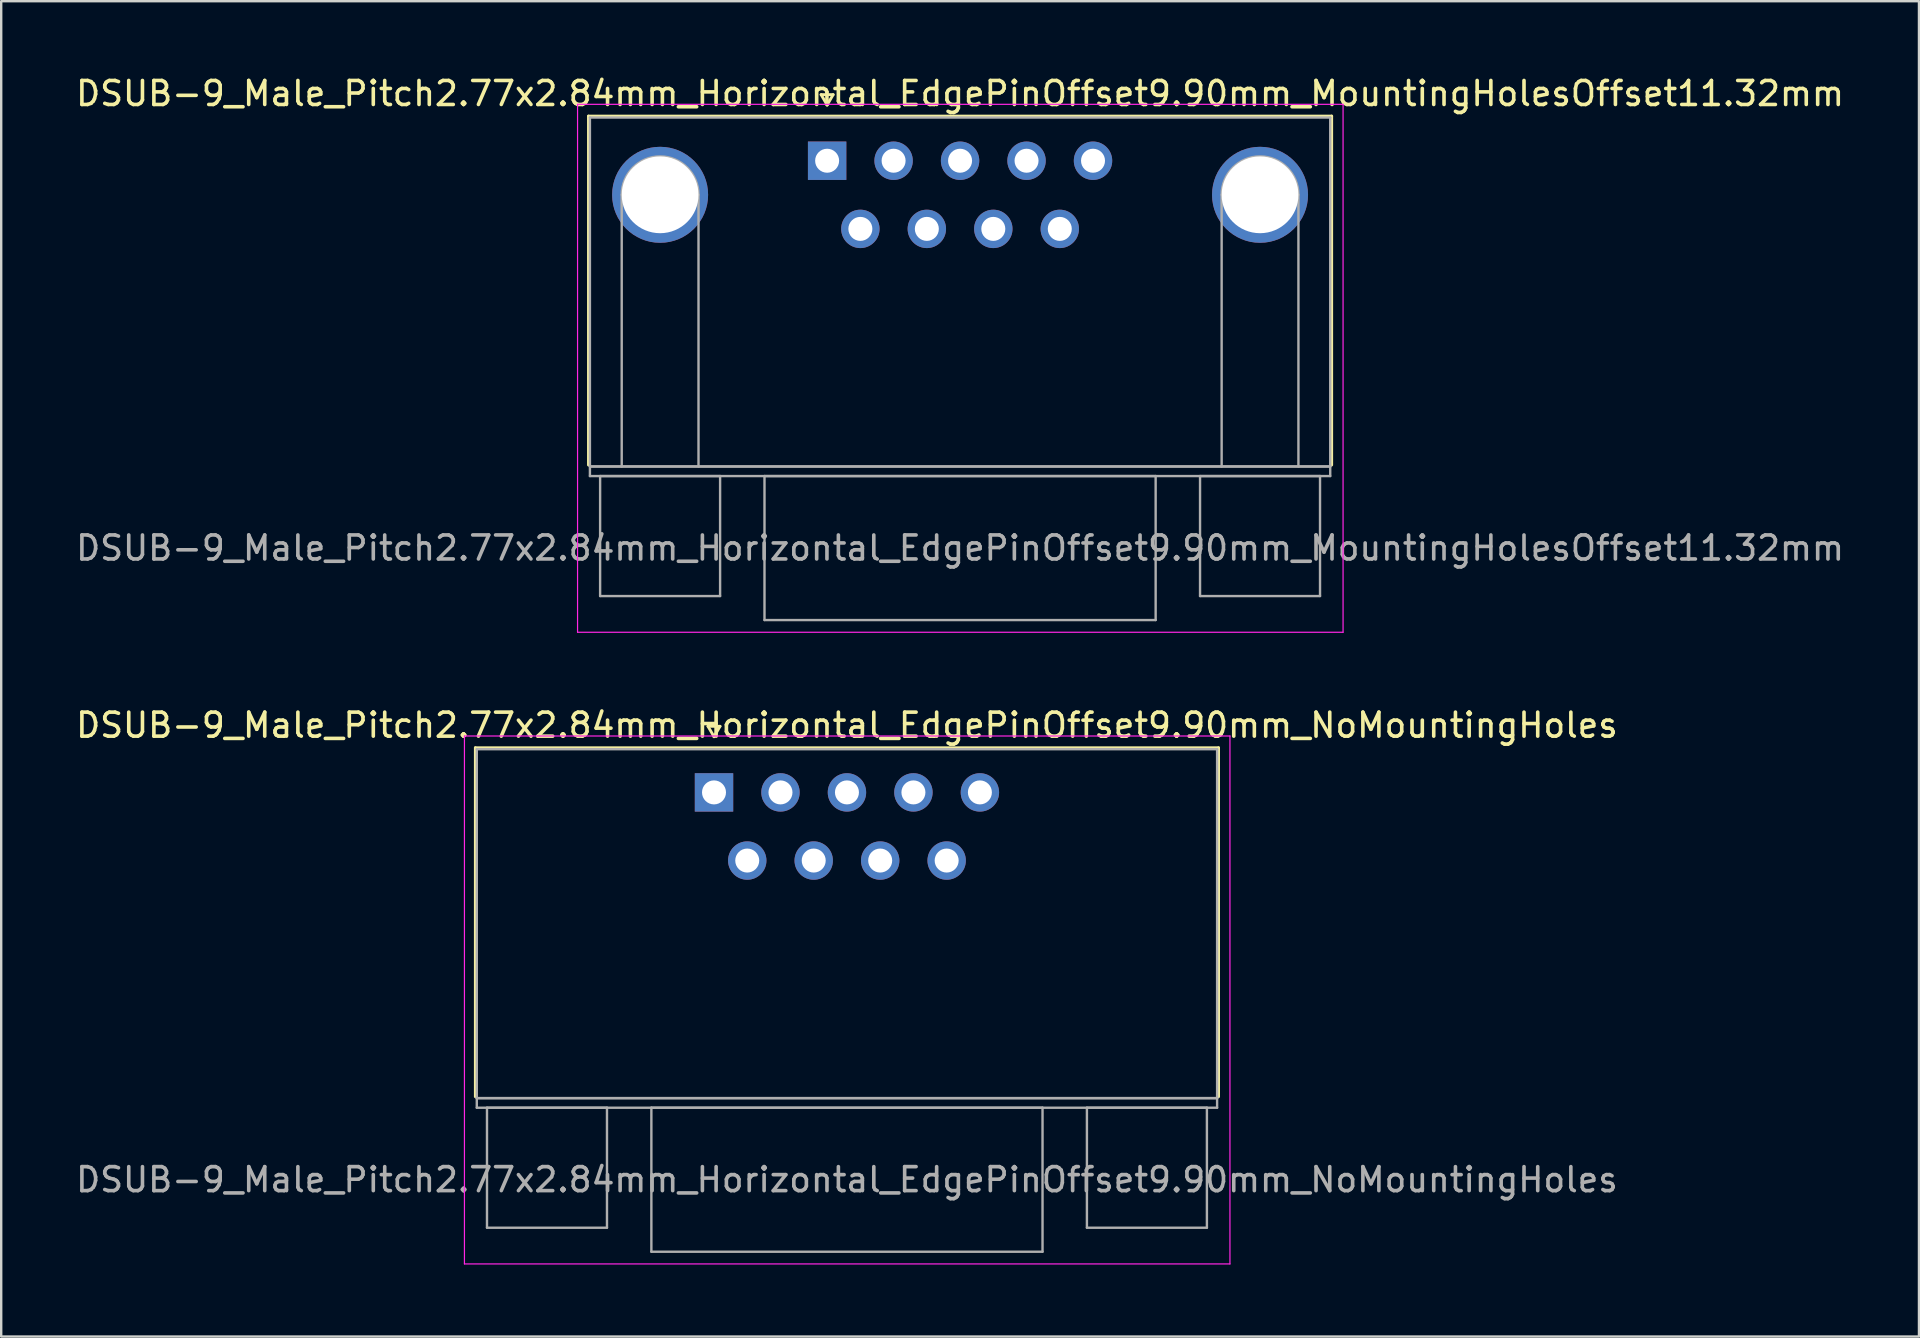
<source format=kicad_pcb>
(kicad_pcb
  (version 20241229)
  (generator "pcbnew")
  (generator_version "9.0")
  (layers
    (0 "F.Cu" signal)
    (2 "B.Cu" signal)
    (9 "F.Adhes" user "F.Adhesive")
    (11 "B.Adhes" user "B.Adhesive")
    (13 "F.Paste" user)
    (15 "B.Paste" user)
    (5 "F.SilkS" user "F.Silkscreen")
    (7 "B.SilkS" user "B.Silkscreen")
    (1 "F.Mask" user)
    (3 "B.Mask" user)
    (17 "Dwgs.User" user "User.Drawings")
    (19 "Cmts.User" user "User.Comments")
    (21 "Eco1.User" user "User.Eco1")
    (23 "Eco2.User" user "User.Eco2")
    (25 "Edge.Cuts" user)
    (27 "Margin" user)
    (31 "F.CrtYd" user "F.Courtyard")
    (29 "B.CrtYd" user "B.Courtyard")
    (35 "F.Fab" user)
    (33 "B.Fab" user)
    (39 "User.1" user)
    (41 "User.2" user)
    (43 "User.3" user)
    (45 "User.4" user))
  (footprint "DSUB-9_Male_Pitch2.77x2.84mm_Horizontal_EdgePinOffset9.90mm_NoMountingHoles"
    (layer "F.Cu")
    (at 26.704 29.971)
    (property "Reference" "DSUB-9_Male_Pitch2.77x2.84mm_Horizontal_EdgePinOffset9.90mm_NoMountingHoles" (at 5.54 -2.8 0) (layer "F.SilkS") (effects (font (size 1 1) (thickness 0.15))))
    (attr through_hole)
    (fp_line (start -9.945 -1.86) (end 21.025 -1.86) (stroke (width 0.12) (type solid)) (layer "F.SilkS"))
    (fp_line (start -9.945 12.68) (end -9.945 -1.86) (stroke (width 0.12) (type solid)) (layer "F.SilkS"))
    (fp_line (start -0.25 -2.754) (end 0.25 -2.754) (stroke (width 0.12) (type solid)) (layer "F.SilkS"))
    (fp_line (start 0 -2.321) (end -0.25 -2.754) (stroke (width 0.12) (type solid)) (layer "F.SilkS"))
    (fp_line (start 0.25 -2.754) (end 0 -2.321) (stroke (width 0.12) (type solid)) (layer "F.SilkS"))
    (fp_line (start 21.025 -1.86) (end 21.025 12.68) (stroke (width 0.12) (type solid)) (layer "F.SilkS"))
    (fp_line (start -10.4 -2.35) (end -10.4 19.65) (stroke (width 0.05) (type solid)) (layer "F.CrtYd"))
    (fp_line (start -10.4 19.65) (end 21.5 19.65) (stroke (width 0.05) (type solid)) (layer "F.CrtYd"))
    (fp_line (start 21.5 -2.35) (end -10.4 -2.35) (stroke (width 0.05) (type solid)) (layer "F.CrtYd"))
    (fp_line (start 21.5 19.65) (end 21.5 -2.35) (stroke (width 0.05) (type solid)) (layer "F.CrtYd"))
    (fp_line (start -9.885 -1.8) (end -9.885 12.74) (stroke (width 0.1) (type solid)) (layer "F.Fab"))
    (fp_line (start -9.885 12.74) (end -9.885 13.14) (stroke (width 0.1) (type solid)) (layer "F.Fab"))
    (fp_line (start -9.885 12.74) (end 20.965 12.74) (stroke (width 0.1) (type solid)) (layer "F.Fab"))
    (fp_line (start -9.885 13.14) (end 20.965 13.14) (stroke (width 0.1) (type solid)) (layer "F.Fab"))
    (fp_line (start -9.46 13.14) (end -9.46 18.14) (stroke (width 0.1) (type solid)) (layer "F.Fab"))
    (fp_line (start -9.46 18.14) (end -4.46 18.14) (stroke (width 0.1) (type solid)) (layer "F.Fab"))
    (fp_line (start -4.46 13.14) (end -9.46 13.14) (stroke (width 0.1) (type solid)) (layer "F.Fab"))
    (fp_line (start -4.46 18.14) (end -4.46 13.14) (stroke (width 0.1) (type solid)) (layer "F.Fab"))
    (fp_line (start -2.61 13.14) (end -2.61 19.14) (stroke (width 0.1) (type solid)) (layer "F.Fab"))
    (fp_line (start -2.61 19.14) (end 13.69 19.14) (stroke (width 0.1) (type solid)) (layer "F.Fab"))
    (fp_line (start 13.69 13.14) (end -2.61 13.14) (stroke (width 0.1) (type solid)) (layer "F.Fab"))
    (fp_line (start 13.69 19.14) (end 13.69 13.14) (stroke (width 0.1) (type solid)) (layer "F.Fab"))
    (fp_line (start 15.54 13.14) (end 15.54 18.14) (stroke (width 0.1) (type solid)) (layer "F.Fab"))
    (fp_line (start 15.54 18.14) (end 20.54 18.14) (stroke (width 0.1) (type solid)) (layer "F.Fab"))
    (fp_line (start 20.54 13.14) (end 15.54 13.14) (stroke (width 0.1) (type solid)) (layer "F.Fab"))
    (fp_line (start 20.54 18.14) (end 20.54 13.14) (stroke (width 0.1) (type solid)) (layer "F.Fab"))
    (fp_line (start 20.965 -1.8) (end -9.885 -1.8) (stroke (width 0.1) (type solid)) (layer "F.Fab"))
    (fp_line (start 20.965 12.74) (end -9.885 12.74) (stroke (width 0.1) (type solid)) (layer "F.Fab"))
    (fp_line (start 20.965 12.74) (end 20.965 -1.8) (stroke (width 0.1) (type solid)) (layer "F.Fab"))
    (fp_line (start 20.965 13.14) (end 20.965 12.74) (stroke (width 0.1) (type solid)) (layer "F.Fab"))
    (fp_text user "${REFERENCE}" (at 5.54 16.14 0) (layer "F.Fab") (effects (font (size 1 1) (thickness 0.15))))
    (pad "1" thru_hole rect (at 0 0) (size 1.6 1.6) (drill 1) (layers "*.Cu" "*.Mask"))
    (pad "2" thru_hole circle (at 2.77 0) (size 1.6 1.6) (drill 1) (layers "*.Cu" "*.Mask"))
    (pad "3" thru_hole circle (at 5.54 0) (size 1.6 1.6) (drill 1) (layers "*.Cu" "*.Mask"))
    (pad "4" thru_hole circle (at 8.31 0) (size 1.6 1.6) (drill 1) (layers "*.Cu" "*.Mask"))
    (pad "5" thru_hole circle (at 11.08 0) (size 1.6 1.6) (drill 1) (layers "*.Cu" "*.Mask"))
    (pad "6" thru_hole circle (at 1.385 2.84) (size 1.6 1.6) (drill 1) (layers "*.Cu" "*.Mask"))
    (pad "7" thru_hole circle (at 4.155 2.84) (size 1.6 1.6) (drill 1) (layers "*.Cu" "*.Mask"))
    (pad "8" thru_hole circle (at 6.925 2.84) (size 1.6 1.6) (drill 1) (layers "*.Cu" "*.Mask"))
    (pad "9" thru_hole circle (at 9.695 2.84) (size 1.6 1.6) (drill 1) (layers "*.Cu" "*.Mask")))
  (footprint "DSUB-9_Male_Pitch2.77x2.84mm_Horizontal_EdgePinOffset9.90mm_MountingHolesOffset11.32mm"
    (layer "F.Cu")
    (at 31.418 3.648)
    (property "Reference" "DSUB-9_Male_Pitch2.77x2.84mm_Horizontal_EdgePinOffset9.90mm_MountingHolesOffset11.32mm" (at 5.54 -2.8 0) (layer "F.SilkS") (effects (font (size 1 1) (thickness 0.15))))
    (attr through_hole)
    (fp_line (start -9.945 -1.86) (end 21.025 -1.86) (stroke (width 0.12) (type solid)) (layer "F.SilkS"))
    (fp_line (start -9.945 12.68) (end -9.945 -1.86) (stroke (width 0.12) (type solid)) (layer "F.SilkS"))
    (fp_line (start -0.25 -2.754) (end 0.25 -2.754) (stroke (width 0.12) (type solid)) (layer "F.SilkS"))
    (fp_line (start 0 -2.321) (end -0.25 -2.754) (stroke (width 0.12) (type solid)) (layer "F.SilkS"))
    (fp_line (start 0.25 -2.754) (end 0 -2.321) (stroke (width 0.12) (type solid)) (layer "F.SilkS"))
    (fp_line (start 21.025 -1.86) (end 21.025 12.68) (stroke (width 0.12) (type solid)) (layer "F.SilkS"))
    (fp_line (start -10.4 -2.35) (end -10.4 19.65) (stroke (width 0.05) (type solid)) (layer "F.CrtYd"))
    (fp_line (start -10.4 19.65) (end 21.5 19.65) (stroke (width 0.05) (type solid)) (layer "F.CrtYd"))
    (fp_line (start 21.5 -2.35) (end -10.4 -2.35) (stroke (width 0.05) (type solid)) (layer "F.CrtYd"))
    (fp_line (start 21.5 19.65) (end 21.5 -2.35) (stroke (width 0.05) (type solid)) (layer "F.CrtYd"))
    (fp_line (start -9.885 -1.8) (end -9.885 12.74) (stroke (width 0.1) (type solid)) (layer "F.Fab"))
    (fp_line (start -9.885 12.74) (end -9.885 13.14) (stroke (width 0.1) (type solid)) (layer "F.Fab"))
    (fp_line (start -9.885 12.74) (end 20.965 12.74) (stroke (width 0.1) (type solid)) (layer "F.Fab"))
    (fp_line (start -9.885 13.14) (end 20.965 13.14) (stroke (width 0.1) (type solid)) (layer "F.Fab"))
    (fp_line (start -9.46 13.14) (end -9.46 18.14) (stroke (width 0.1) (type solid)) (layer "F.Fab"))
    (fp_line (start -9.46 18.14) (end -4.46 18.14) (stroke (width 0.1) (type solid)) (layer "F.Fab"))
    (fp_line (start -8.56 12.74) (end -8.56 1.42) (stroke (width 0.1) (type solid)) (layer "F.Fab"))
    (fp_line (start -5.36 12.74) (end -5.36 1.42) (stroke (width 0.1) (type solid)) (layer "F.Fab"))
    (fp_line (start -4.46 13.14) (end -9.46 13.14) (stroke (width 0.1) (type solid)) (layer "F.Fab"))
    (fp_line (start -4.46 18.14) (end -4.46 13.14) (stroke (width 0.1) (type solid)) (layer "F.Fab"))
    (fp_line (start -2.61 13.14) (end -2.61 19.14) (stroke (width 0.1) (type solid)) (layer "F.Fab"))
    (fp_line (start -2.61 19.14) (end 13.69 19.14) (stroke (width 0.1) (type solid)) (layer "F.Fab"))
    (fp_line (start 13.69 13.14) (end -2.61 13.14) (stroke (width 0.1) (type solid)) (layer "F.Fab"))
    (fp_line (start 13.69 19.14) (end 13.69 13.14) (stroke (width 0.1) (type solid)) (layer "F.Fab"))
    (fp_line (start 15.54 13.14) (end 15.54 18.14) (stroke (width 0.1) (type solid)) (layer "F.Fab"))
    (fp_line (start 15.54 18.14) (end 20.54 18.14) (stroke (width 0.1) (type solid)) (layer "F.Fab"))
    (fp_line (start 16.44 12.74) (end 16.44 1.42) (stroke (width 0.1) (type solid)) (layer "F.Fab"))
    (fp_line (start 19.64 12.74) (end 19.64 1.42) (stroke (width 0.1) (type solid)) (layer "F.Fab"))
    (fp_line (start 20.54 13.14) (end 15.54 13.14) (stroke (width 0.1) (type solid)) (layer "F.Fab"))
    (fp_line (start 20.54 18.14) (end 20.54 13.14) (stroke (width 0.1) (type solid)) (layer "F.Fab"))
    (fp_line (start 20.965 -1.8) (end -9.885 -1.8) (stroke (width 0.1) (type solid)) (layer "F.Fab"))
    (fp_line (start 20.965 12.74) (end -9.885 12.74) (stroke (width 0.1) (type solid)) (layer "F.Fab"))
    (fp_line (start 20.965 12.74) (end 20.965 -1.8) (stroke (width 0.1) (type solid)) (layer "F.Fab"))
    (fp_line (start 20.965 13.14) (end 20.965 12.74) (stroke (width 0.1) (type solid)) (layer "F.Fab"))
    (fp_arc (start -8.56 1.42) (mid -6.96 -0.18) (end -5.36 1.42) (stroke (width 0.1) (type solid)) (layer "F.Fab"))
    (fp_arc (start 16.44 1.42) (mid 18.04 -0.18) (end 19.64 1.42) (stroke (width 0.1) (type solid)) (layer "F.Fab"))
    (fp_text user "${REFERENCE}" (at 5.54 16.14 0) (layer "F.Fab") (effects (font (size 1 1) (thickness 0.15))))
    (pad "0" thru_hole circle (at -6.96 1.42) (size 4 4) (drill 3.2) (layers "*.Cu" "*.Mask"))
    (pad "0" thru_hole circle (at 18.04 1.42) (size 4 4) (drill 3.2) (layers "*.Cu" "*.Mask"))
    (pad "1" thru_hole rect (at 0 0) (size 1.6 1.6) (drill 1) (layers "*.Cu" "*.Mask"))
    (pad "2" thru_hole circle (at 2.77 0) (size 1.6 1.6) (drill 1) (layers "*.Cu" "*.Mask"))
    (pad "3" thru_hole circle (at 5.54 0) (size 1.6 1.6) (drill 1) (layers "*.Cu" "*.Mask"))
    (pad "4" thru_hole circle (at 8.31 0) (size 1.6 1.6) (drill 1) (layers "*.Cu" "*.Mask"))
    (pad "5" thru_hole circle (at 11.08 0) (size 1.6 1.6) (drill 1) (layers "*.Cu" "*.Mask"))
    (pad "6" thru_hole circle (at 1.385 2.84) (size 1.6 1.6) (drill 1) (layers "*.Cu" "*.Mask"))
    (pad "7" thru_hole circle (at 4.155 2.84) (size 1.6 1.6) (drill 1) (layers "*.Cu" "*.Mask"))
    (pad "8" thru_hole circle (at 6.925 2.84) (size 1.6 1.6) (drill 1) (layers "*.Cu" "*.Mask"))
    (pad "9" thru_hole circle (at 9.695 2.84) (size 1.6 1.6) (drill 1) (layers "*.Cu" "*.Mask")))
  (gr_rect
    (start -3 -3)
    (end 76.917 52.647)
    (stroke (width 0.1) (type default))
    (fill no)
    (layer "Edge.Cuts")))
</source>
